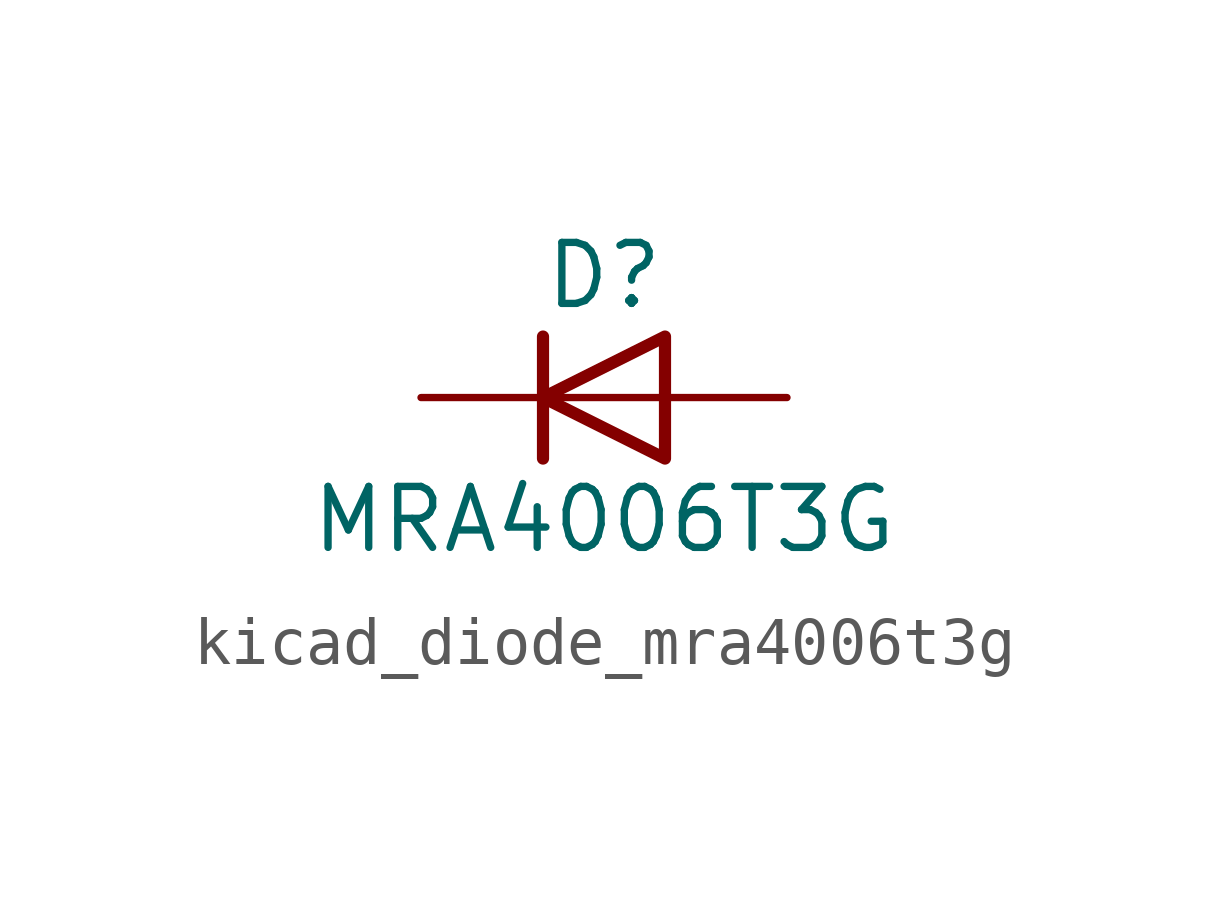
<source format=kicad_sym>
(kicad_symbol_lib
  (version 20220914)
  (generator kicad_symbol_editor)
  (symbol "kicad_diode_mra4006t3g"
    (pin_numbers hide)
    (pin_names hide)
    (property "Reference" "D"
      (at 0 2.54 0)
      (effects (font (size 1.27 1.27))))
    (property "Value" "MRA4006T3G"
      (at 0 -2.54 0)
      (effects (font (size 1.27 1.27))))
    (symbol "kicad_diode_mra4006t3g_0_1"
      (polyline (pts (xy -1.27 1.27) (xy -1.27 -1.27)) (stroke (width 0.254) (type default)) (fill (type none)))
      (polyline (pts (xy 1.27 0) (xy -1.27 0)) (stroke (width 0) (type default)) (fill (type none)))
      (polyline (pts (xy 1.27 1.27) (xy 1.27 -1.27) (xy -1.27 0) (xy 1.27 1.27)) (stroke (width 0.254) (type default)) (fill (type none))))
    (symbol "kicad_diode_mra4006t3g_1_1"
      (pin passive line (at -3.81 0 0) (length 2.54) (name "K" (effects (font (size 1.27 1.27)))) (number "1" (effects (font (size 1.27 1.27)))))
      (pin passive line (at 3.81 0 180) (length 2.54) (name "A" (effects (font (size 1.27 1.27)))) (number "2" (effects (font (size 1.27 1.27))))))))
</source>
